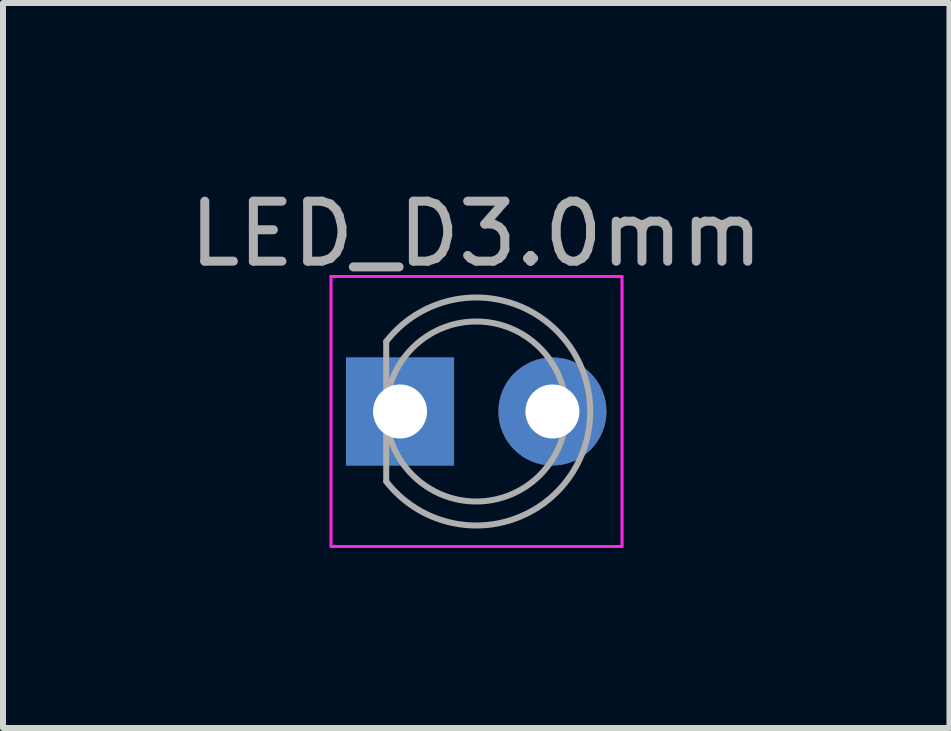
<source format=kicad_pcb>
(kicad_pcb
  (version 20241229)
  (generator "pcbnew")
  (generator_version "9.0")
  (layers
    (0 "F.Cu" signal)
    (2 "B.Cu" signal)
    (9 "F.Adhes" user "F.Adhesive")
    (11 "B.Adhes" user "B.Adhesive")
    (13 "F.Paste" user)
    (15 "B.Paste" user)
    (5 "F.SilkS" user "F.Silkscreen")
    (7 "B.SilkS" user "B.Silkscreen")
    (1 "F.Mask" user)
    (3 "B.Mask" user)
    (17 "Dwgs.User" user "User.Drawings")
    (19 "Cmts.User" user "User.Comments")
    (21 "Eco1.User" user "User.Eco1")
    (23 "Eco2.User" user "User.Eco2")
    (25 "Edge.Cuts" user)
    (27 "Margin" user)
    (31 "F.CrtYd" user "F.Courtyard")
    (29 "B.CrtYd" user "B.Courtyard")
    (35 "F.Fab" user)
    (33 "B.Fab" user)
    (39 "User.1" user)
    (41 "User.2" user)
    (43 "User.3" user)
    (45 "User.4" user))
  (footprint "LED_D3.0mm"
    (layer "F.Cu")
    (at 3.617 3.808)
    (property "Reference" "LED_D3.0mm" (at 1.27 -2.96 0) (layer "F.Fab") (effects (font (size 1 1) (thickness 0.15))))
    (attr through_hole)
    (fp_line (start -1.15 -2.25) (end -1.15 2.25) (stroke (width 0.05) (type solid)) (layer "F.CrtYd"))
    (fp_line (start -1.15 2.25) (end 3.7 2.25) (stroke (width 0.05) (type solid)) (layer "F.CrtYd"))
    (fp_line (start 3.7 -2.25) (end -1.15 -2.25) (stroke (width 0.05) (type solid)) (layer "F.CrtYd"))
    (fp_line (start 3.7 2.25) (end 3.7 -2.25) (stroke (width 0.05) (type solid)) (layer "F.CrtYd"))
    (fp_line (start -0.23 -1.166) (end -0.23 1.166) (stroke (width 0.1) (type solid)) (layer "F.Fab"))
    (fp_arc (start -0.23 -1.16619) (mid 3.17 0.000452) (end -0.230555 1.165476) (stroke (width 0.1) (type solid)) (layer "F.Fab"))
    (fp_circle (center 1.27 0) (end 2.77 0) (stroke (width 0.1) (type solid)) (fill no) (layer "F.Fab"))
    (pad "1" thru_hole rect (at 0 0) (size 1.8 1.8) (drill 0.9) (layers "*.Cu" "*.Mask"))
    (pad "2" thru_hole circle (at 2.54 0) (size 1.8 1.8) (drill 0.9) (layers "*.Cu" "*.Mask")))
  (gr_rect
    (start -3 -3)
    (end 12.774 9.083)
    (stroke (width 0.1) (type default))
    (fill no)
    (layer "Edge.Cuts")))
</source>
